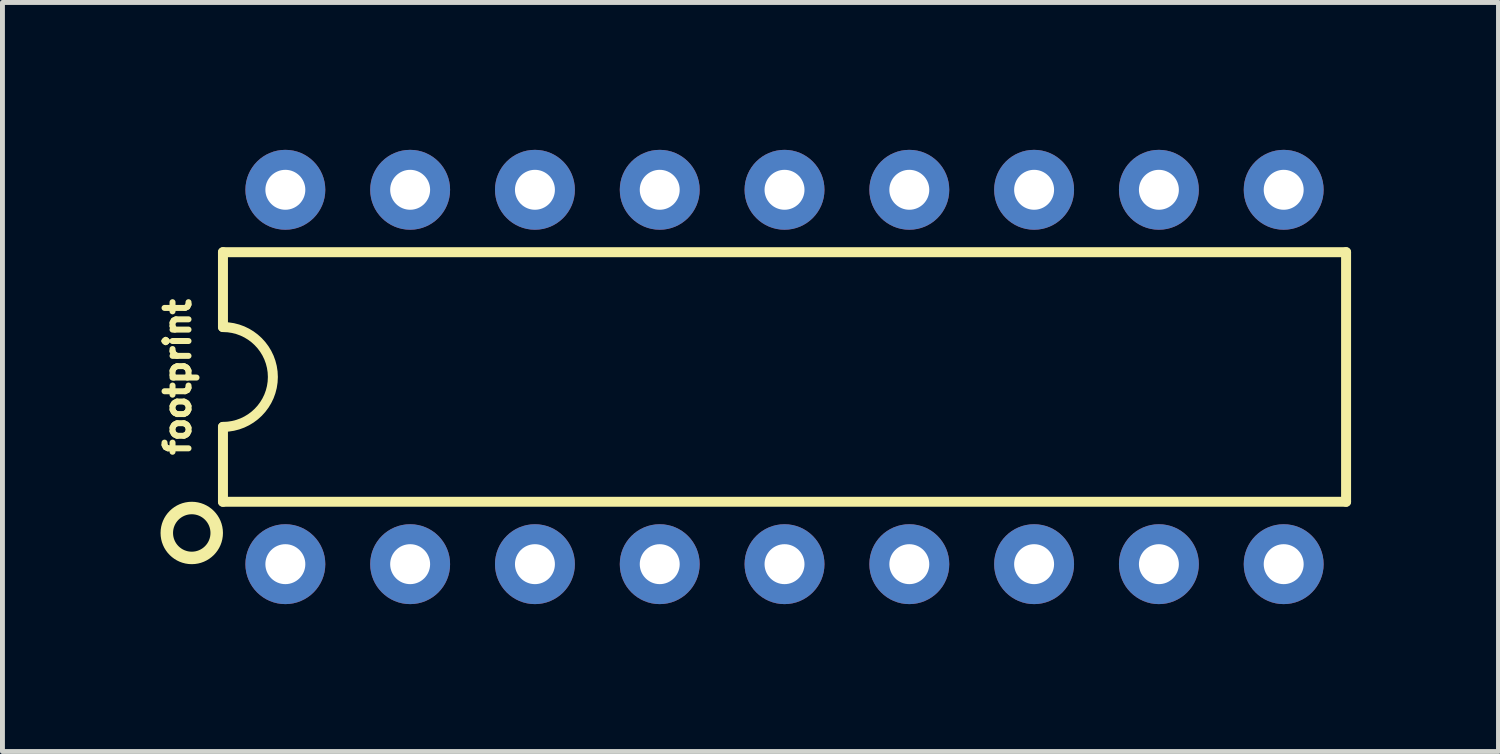
<source format=kicad_pcb>
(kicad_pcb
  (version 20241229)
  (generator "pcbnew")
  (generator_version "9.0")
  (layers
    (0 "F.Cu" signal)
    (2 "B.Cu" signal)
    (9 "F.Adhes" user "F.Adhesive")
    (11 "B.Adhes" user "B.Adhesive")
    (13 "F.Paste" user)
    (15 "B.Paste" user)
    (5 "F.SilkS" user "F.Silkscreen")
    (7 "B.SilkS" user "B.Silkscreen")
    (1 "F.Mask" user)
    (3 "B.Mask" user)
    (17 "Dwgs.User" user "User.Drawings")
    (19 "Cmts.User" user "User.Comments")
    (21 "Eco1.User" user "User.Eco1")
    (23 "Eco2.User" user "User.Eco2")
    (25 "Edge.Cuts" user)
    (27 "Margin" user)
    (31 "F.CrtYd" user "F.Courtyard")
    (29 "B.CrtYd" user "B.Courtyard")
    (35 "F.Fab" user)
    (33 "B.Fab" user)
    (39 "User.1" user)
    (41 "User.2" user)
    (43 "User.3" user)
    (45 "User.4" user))
  (footprint "footprint"
    (layer "F.Cu")
    (at 12.918 4.623)
    (property "Reference" "footprint" (at -12.065 0 90) (layer "F.SilkS") (effects (font (size 0.488 0.488) (thickness 0.122)) (justify bottom)))
    (fp_line (start -11.43 -2.54) (end -11.43 -1.016) (stroke (width 0.203) (type solid)) (layer "F.SilkS"))
    (fp_line (start -11.43 2.54) (end -11.43 1.016) (stroke (width 0.203) (type solid)) (layer "F.SilkS"))
    (fp_line (start -11.43 2.54) (end 11.43 2.54) (stroke (width 0.203) (type solid)) (layer "F.SilkS"))
    (fp_line (start 11.43 -2.54) (end -11.43 -2.54) (stroke (width 0.203) (type solid)) (layer "F.SilkS"))
    (fp_line (start 11.43 -2.54) (end 11.43 2.54) (stroke (width 0.203) (type solid)) (layer "F.SilkS"))
    (fp_arc (start -11.43 -1.016) (mid -10.414 0) (end -11.43 1.016) (stroke (width 0.2032) (type solid)) (layer "F.SilkS"))
    (fp_circle (center -12.065 3.175) (end -11.557 3.175) (stroke (width 0.254) (type solid)) (fill no) (layer "F.SilkS"))
    (pad "1" thru_hole circle (at -10.16 3.81 90) (size 1.626 1.626) (drill 0.813) (layers "*.Cu" "*.Mask"))
    (pad "2" thru_hole circle (at -7.62 3.81 90) (size 1.626 1.626) (drill 0.813) (layers "*.Cu" "*.Mask"))
    (pad "3" thru_hole circle (at -5.08 3.81 90) (size 1.626 1.626) (drill 0.813) (layers "*.Cu" "*.Mask"))
    (pad "4" thru_hole circle (at -2.54 3.81 90) (size 1.626 1.626) (drill 0.813) (layers "*.Cu" "*.Mask"))
    (pad "5" thru_hole circle (at 0 3.81 90) (size 1.626 1.626) (drill 0.813) (layers "*.Cu" "*.Mask"))
    (pad "6" thru_hole circle (at 2.54 3.81 90) (size 1.626 1.626) (drill 0.813) (layers "*.Cu" "*.Mask"))
    (pad "7" thru_hole circle (at 5.08 3.81 90) (size 1.626 1.626) (drill 0.813) (layers "*.Cu" "*.Mask"))
    (pad "8" thru_hole circle (at 7.62 3.81 90) (size 1.626 1.626) (drill 0.813) (layers "*.Cu" "*.Mask"))
    (pad "9" thru_hole circle (at 10.16 3.81 90) (size 1.626 1.626) (drill 0.813) (layers "*.Cu" "*.Mask"))
    (pad "10" thru_hole circle (at 10.16 -3.81 90) (size 1.626 1.626) (drill 0.813) (layers "*.Cu" "*.Mask"))
    (pad "11" thru_hole circle (at 7.62 -3.81 90) (size 1.626 1.626) (drill 0.813) (layers "*.Cu" "*.Mask"))
    (pad "12" thru_hole circle (at 5.08 -3.81 90) (size 1.626 1.626) (drill 0.813) (layers "*.Cu" "*.Mask"))
    (pad "13" thru_hole circle (at 2.54 -3.81 90) (size 1.626 1.626) (drill 0.813) (layers "*.Cu" "*.Mask"))
    (pad "14" thru_hole circle (at 0 -3.81 90) (size 1.626 1.626) (drill 0.813) (layers "*.Cu" "*.Mask"))
    (pad "15" thru_hole circle (at -2.54 -3.81 90) (size 1.626 1.626) (drill 0.813) (layers "*.Cu" "*.Mask"))
    (pad "16" thru_hole circle (at -5.08 -3.81 90) (size 1.626 1.626) (drill 0.813) (layers "*.Cu" "*.Mask"))
    (pad "17" thru_hole circle (at -7.62 -3.81 90) (size 1.626 1.626) (drill 0.813) (layers "*.Cu" "*.Mask"))
    (pad "18" thru_hole circle (at -10.16 -3.81 90) (size 1.626 1.626) (drill 0.813) (layers "*.Cu" "*.Mask")))
  (gr_rect
    (start -3 -3)
    (end 27.45 12.246)
    (stroke (width 0.1) (type default))
    (fill no)
    (layer "Edge.Cuts")))
</source>
